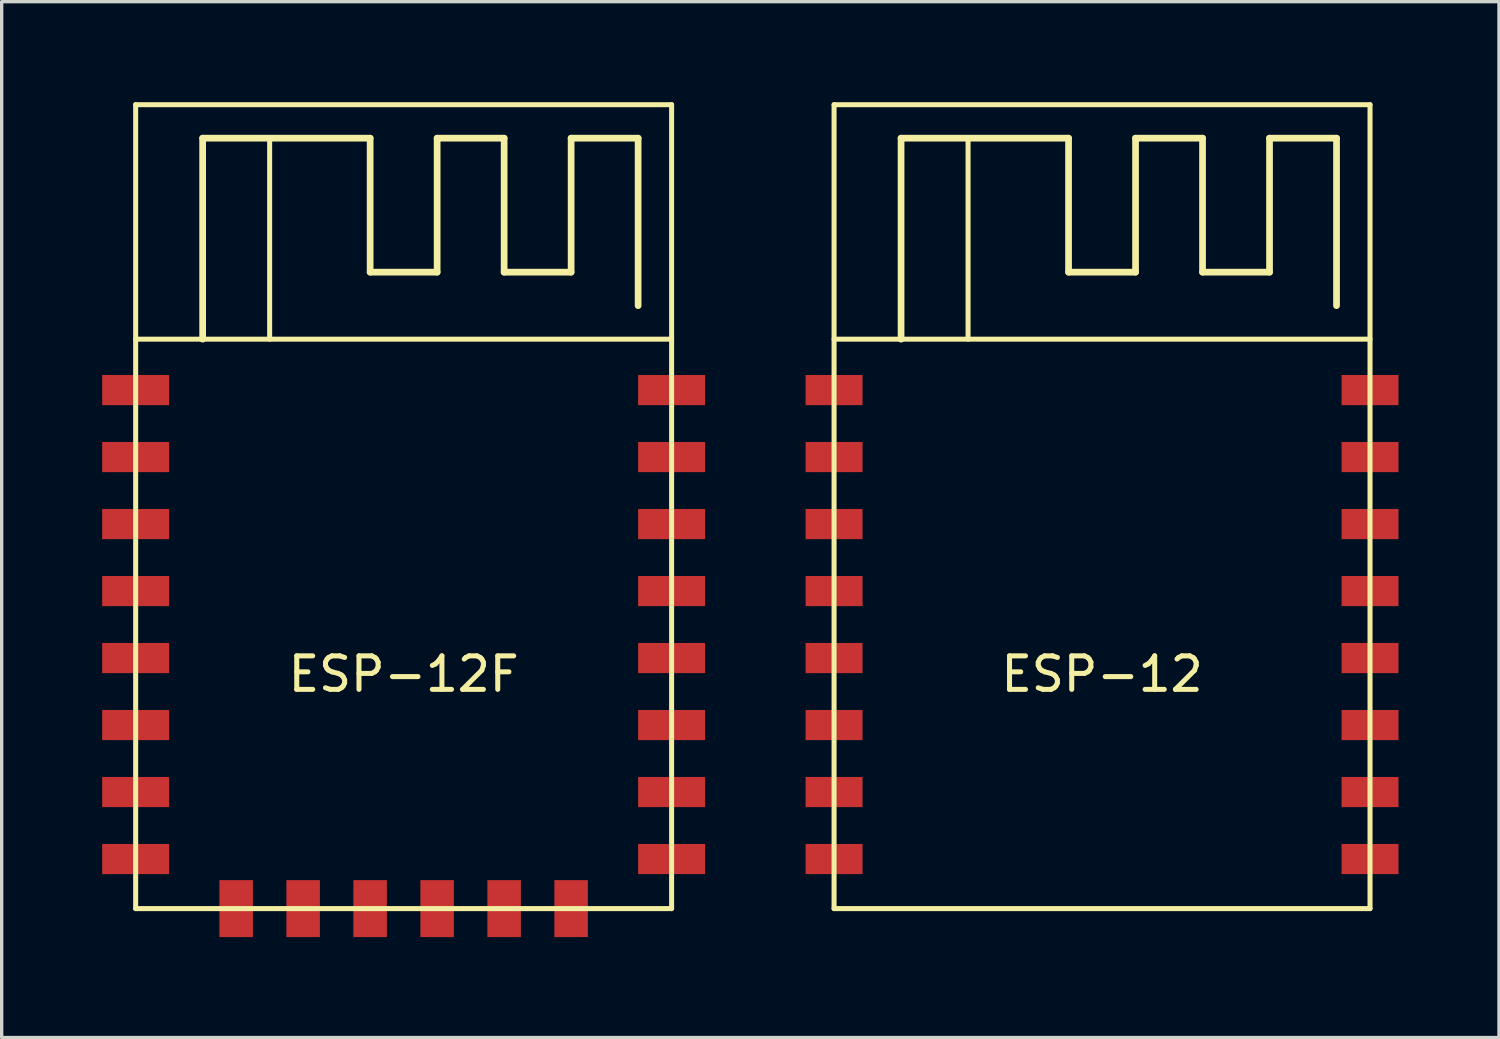
<source format=kicad_pcb>
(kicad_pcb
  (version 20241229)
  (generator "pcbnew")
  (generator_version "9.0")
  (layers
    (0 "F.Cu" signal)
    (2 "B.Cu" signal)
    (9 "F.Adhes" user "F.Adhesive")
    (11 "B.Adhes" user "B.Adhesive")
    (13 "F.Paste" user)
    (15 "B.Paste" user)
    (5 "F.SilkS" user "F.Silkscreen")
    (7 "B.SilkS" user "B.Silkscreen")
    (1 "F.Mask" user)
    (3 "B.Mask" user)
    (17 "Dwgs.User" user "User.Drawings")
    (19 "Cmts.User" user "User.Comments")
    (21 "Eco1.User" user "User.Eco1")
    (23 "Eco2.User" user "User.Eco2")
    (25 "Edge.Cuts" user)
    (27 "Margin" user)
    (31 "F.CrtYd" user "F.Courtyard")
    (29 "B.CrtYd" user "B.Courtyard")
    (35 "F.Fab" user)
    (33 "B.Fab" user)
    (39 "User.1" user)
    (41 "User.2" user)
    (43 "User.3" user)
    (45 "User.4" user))
  (footprint "ESP-12"
    (layer "F.Cu")
    (at 29.85 12.075)
    (property "Reference" "ESP-12" (at 0 5 0) (layer "F.SilkS") (effects (font (size 1 1) (thickness 0.15))))
    (attr through_hole)
    (fp_line (start -8 -12) (end -8 12) (stroke (width 0.15) (type solid)) (layer "F.SilkS"))
    (fp_line (start -8 -12) (end 8 -12) (stroke (width 0.15) (type solid)) (layer "F.SilkS"))
    (fp_line (start -8 -5) (end 8 -5) (stroke (width 0.15) (type solid)) (layer "F.SilkS"))
    (fp_line (start -8 12) (end 8 12) (stroke (width 0.15) (type solid)) (layer "F.SilkS"))
    (fp_line (start -6 -11) (end -1 -11) (stroke (width 0.2) (type solid)) (layer "F.SilkS"))
    (fp_line (start -6 -5) (end -6 -11) (stroke (width 0.15) (type solid)) (layer "F.SilkS"))
    (fp_line (start -6 -5) (end -6 -11) (stroke (width 0.2) (type solid)) (layer "F.SilkS"))
    (fp_line (start -4 -5) (end -4 -11) (stroke (width 0.15) (type solid)) (layer "F.SilkS"))
    (fp_line (start -1 -11) (end -1 -7) (stroke (width 0.2) (type solid)) (layer "F.SilkS"))
    (fp_line (start -1 -7) (end 1 -7) (stroke (width 0.2) (type solid)) (layer "F.SilkS"))
    (fp_line (start 1 -11) (end 3 -11) (stroke (width 0.2) (type solid)) (layer "F.SilkS"))
    (fp_line (start 1 -7) (end 1 -11) (stroke (width 0.2) (type solid)) (layer "F.SilkS"))
    (fp_line (start 3 -11) (end 3 -7) (stroke (width 0.2) (type solid)) (layer "F.SilkS"))
    (fp_line (start 3 -7) (end 5 -7) (stroke (width 0.2) (type solid)) (layer "F.SilkS"))
    (fp_line (start 5 -11) (end 7 -11) (stroke (width 0.2) (type solid)) (layer "F.SilkS"))
    (fp_line (start 5 -7) (end 5 -11) (stroke (width 0.2) (type solid)) (layer "F.SilkS"))
    (fp_line (start 7 -11) (end 7 -6) (stroke (width 0.2) (type solid)) (layer "F.SilkS"))
    (fp_line (start 8 -12) (end 8 12) (stroke (width 0.15) (type solid)) (layer "F.SilkS"))
    (pad "1" smd rect (at -8 -3.48) (size 1.7 0.9) (layers "F.Cu" "F.Mask" "F.Paste"))
    (pad "2" smd rect (at -8 -1.48) (size 1.7 0.9) (layers "F.Cu" "F.Mask" "F.Paste"))
    (pad "3" smd rect (at -8 0.52) (size 1.7 0.9) (layers "F.Cu" "F.Mask" "F.Paste"))
    (pad "4" smd rect (at -8 2.52) (size 1.7 0.9) (layers "F.Cu" "F.Mask" "F.Paste"))
    (pad "5" smd rect (at -8 4.52) (size 1.7 0.9) (layers "F.Cu" "F.Mask" "F.Paste"))
    (pad "6" smd rect (at -8 6.52) (size 1.7 0.9) (layers "F.Cu" "F.Mask" "F.Paste"))
    (pad "7" smd rect (at -8 8.52) (size 1.7 0.9) (layers "F.Cu" "F.Mask" "F.Paste"))
    (pad "8" smd rect (at -8 10.52) (size 1.7 0.9) (layers "F.Cu" "F.Mask" "F.Paste"))
    (pad "15" smd rect (at 8 10.52) (size 1.7 0.9) (layers "F.Cu" "F.Mask" "F.Paste"))
    (pad "16" smd rect (at 8 8.52) (size 1.7 0.9) (layers "F.Cu" "F.Mask" "F.Paste"))
    (pad "17" smd rect (at 8 6.52) (size 1.7 0.9) (layers "F.Cu" "F.Mask" "F.Paste"))
    (pad "18" smd rect (at 8 4.52) (size 1.7 0.9) (layers "F.Cu" "F.Mask" "F.Paste"))
    (pad "19" smd rect (at 8 2.52) (size 1.7 0.9) (layers "F.Cu" "F.Mask" "F.Paste"))
    (pad "20" smd rect (at 8 0.52) (size 1.7 0.9) (layers "F.Cu" "F.Mask" "F.Paste"))
    (pad "21" smd rect (at 8 -1.48) (size 1.7 0.9) (layers "F.Cu" "F.Mask" "F.Paste"))
    (pad "22" smd rect (at 8 -3.48) (size 1.7 0.9) (layers "F.Cu" "F.Mask" "F.Paste")))
  (footprint "ESP-12F"
    (layer "F.Cu")
    (at 9 12.075)
    (property "Reference" "ESP-12F" (at 0 5 0) (layer "F.SilkS") (effects (font (size 1 1) (thickness 0.15))))
    (attr through_hole)
    (fp_line (start -8 -12) (end -8 12) (stroke (width 0.15) (type solid)) (layer "F.SilkS"))
    (fp_line (start -8 -12) (end 8 -12) (stroke (width 0.15) (type solid)) (layer "F.SilkS"))
    (fp_line (start -8 -5) (end 8 -5) (stroke (width 0.15) (type solid)) (layer "F.SilkS"))
    (fp_line (start -8 12) (end 8 12) (stroke (width 0.15) (type solid)) (layer "F.SilkS"))
    (fp_line (start -6 -11) (end -1 -11) (stroke (width 0.2) (type solid)) (layer "F.SilkS"))
    (fp_line (start -6 -5) (end -6 -11) (stroke (width 0.15) (type solid)) (layer "F.SilkS"))
    (fp_line (start -6 -5) (end -6 -11) (stroke (width 0.2) (type solid)) (layer "F.SilkS"))
    (fp_line (start -4 -5) (end -4 -11) (stroke (width 0.15) (type solid)) (layer "F.SilkS"))
    (fp_line (start -1 -11) (end -1 -7) (stroke (width 0.2) (type solid)) (layer "F.SilkS"))
    (fp_line (start -1 -7) (end 1 -7) (stroke (width 0.2) (type solid)) (layer "F.SilkS"))
    (fp_line (start 1 -11) (end 3 -11) (stroke (width 0.2) (type solid)) (layer "F.SilkS"))
    (fp_line (start 1 -7) (end 1 -11) (stroke (width 0.2) (type solid)) (layer "F.SilkS"))
    (fp_line (start 3 -11) (end 3 -7) (stroke (width 0.2) (type solid)) (layer "F.SilkS"))
    (fp_line (start 3 -7) (end 5 -7) (stroke (width 0.2) (type solid)) (layer "F.SilkS"))
    (fp_line (start 5 -11) (end 7 -11) (stroke (width 0.2) (type solid)) (layer "F.SilkS"))
    (fp_line (start 5 -7) (end 5 -11) (stroke (width 0.2) (type solid)) (layer "F.SilkS"))
    (fp_line (start 7 -11) (end 7 -6) (stroke (width 0.2) (type solid)) (layer "F.SilkS"))
    (fp_line (start 8 -12) (end 8 12) (stroke (width 0.15) (type solid)) (layer "F.SilkS"))
    (pad "1" smd rect (at -8 -3.48) (size 2 0.9) (layers "F.Cu" "F.Mask" "F.Paste"))
    (pad "2" smd rect (at -8 -1.48) (size 2 0.9) (layers "F.Cu" "F.Mask" "F.Paste"))
    (pad "3" smd rect (at -8 0.52) (size 2 0.9) (layers "F.Cu" "F.Mask" "F.Paste"))
    (pad "4" smd rect (at -8 2.52) (size 2 0.9) (layers "F.Cu" "F.Mask" "F.Paste"))
    (pad "5" smd rect (at -8 4.52) (size 2 0.9) (layers "F.Cu" "F.Mask" "F.Paste"))
    (pad "6" smd rect (at -8 6.52) (size 2 0.9) (layers "F.Cu" "F.Mask" "F.Paste"))
    (pad "7" smd rect (at -8 8.52) (size 2 0.9) (layers "F.Cu" "F.Mask" "F.Paste"))
    (pad "8" smd rect (at -8 10.52) (size 2 0.9) (layers "F.Cu" "F.Mask" "F.Paste"))
    (pad "9" smd rect (at -5 12) (size 1 1.7) (layers "F.Cu" "F.Mask" "F.Paste"))
    (pad "10" smd rect (at -3 12) (size 1 1.7) (layers "F.Cu" "F.Mask" "F.Paste"))
    (pad "11" smd rect (at -1 12) (size 1 1.7) (layers "F.Cu" "F.Mask" "F.Paste"))
    (pad "12" smd rect (at 1 12) (size 1 1.7) (layers "F.Cu" "F.Mask" "F.Paste"))
    (pad "13" smd rect (at 3 12) (size 1 1.7) (layers "F.Cu" "F.Mask" "F.Paste"))
    (pad "14" smd rect (at 5 12) (size 1 1.7) (layers "F.Cu" "F.Mask" "F.Paste"))
    (pad "15" smd rect (at 8 10.52) (size 2 0.9) (layers "F.Cu" "F.Mask" "F.Paste"))
    (pad "16" smd rect (at 8 8.52) (size 2 0.9) (layers "F.Cu" "F.Mask" "F.Paste"))
    (pad "17" smd rect (at 8 6.52) (size 2 0.9) (layers "F.Cu" "F.Mask" "F.Paste"))
    (pad "18" smd rect (at 8 4.52) (size 2 0.9) (layers "F.Cu" "F.Mask" "F.Paste"))
    (pad "19" smd rect (at 8 2.52) (size 2 0.9) (layers "F.Cu" "F.Mask" "F.Paste"))
    (pad "20" smd rect (at 8 0.52) (size 2 0.9) (layers "F.Cu" "F.Mask" "F.Paste"))
    (pad "21" smd rect (at 8 -1.48) (size 2 0.9) (layers "F.Cu" "F.Mask" "F.Paste"))
    (pad "22" smd rect (at 8 -3.48) (size 2 0.9) (layers "F.Cu" "F.Mask" "F.Paste")))
  (gr_rect
    (start -3 -3)
    (end 41.7 27.925)
    (stroke (width 0.1) (type default))
    (fill no)
    (layer "Edge.Cuts")))
</source>
